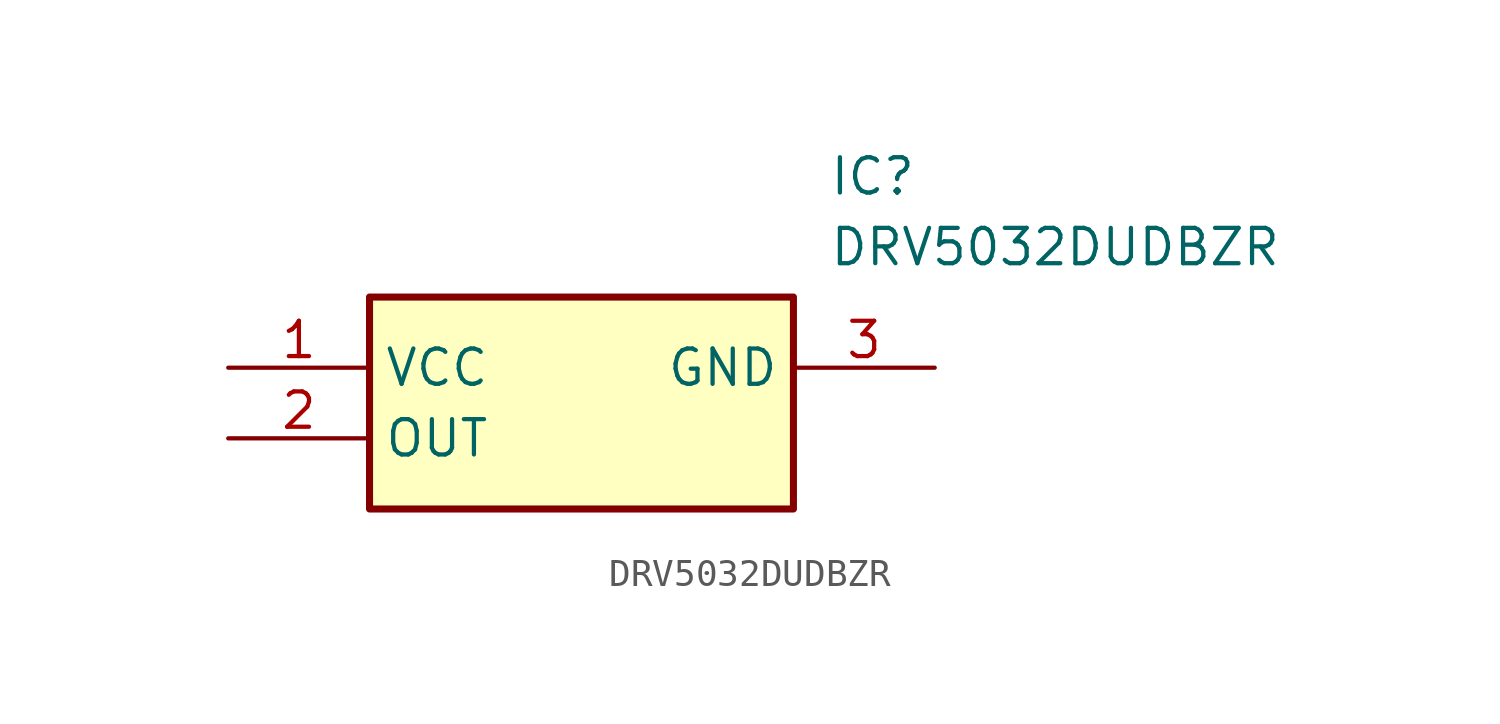
<source format=kicad_sym>
(kicad_symbol_lib
  (version 20211014)
  (generator SamacSys_ECAD_Model)
  (symbol "DRV5032DUDBZR"
    (property "Reference" "IC"
      (at 21.59 7.62 0)
      (effects (font (size 1.27 1.27)) (justify left top)))
    (property "Value" "DRV5032DUDBZR"
      (at 21.59 5.08 0)
      (effects (font (size 1.27 1.27)) (justify left top)))
    (rectangle
      (start 5.08 2.54)
      (end 20.32 -5.08)
      (stroke (width 0.254) (type default))
      (fill (type background)))
    (pin power_in line
      (at 0 0 0)
      (length 5.08)
      (name "VCC" (effects (font (size 1.27 1.27))))
      (number "1" (effects (font (size 1.27 1.27)))))
    (pin output line
      (at 0 -2.54 0)
      (length 5.08)
      (name "OUT" (effects (font (size 1.27 1.27))))
      (number "2" (effects (font (size 1.27 1.27)))))
    (pin power_in line
      (at 25.4 0 180)
      (length 5.08)
      (name "GND" (effects (font (size 1.27 1.27))))
      (number "3" (effects (font (size 1.27 1.27)))))))
</source>
